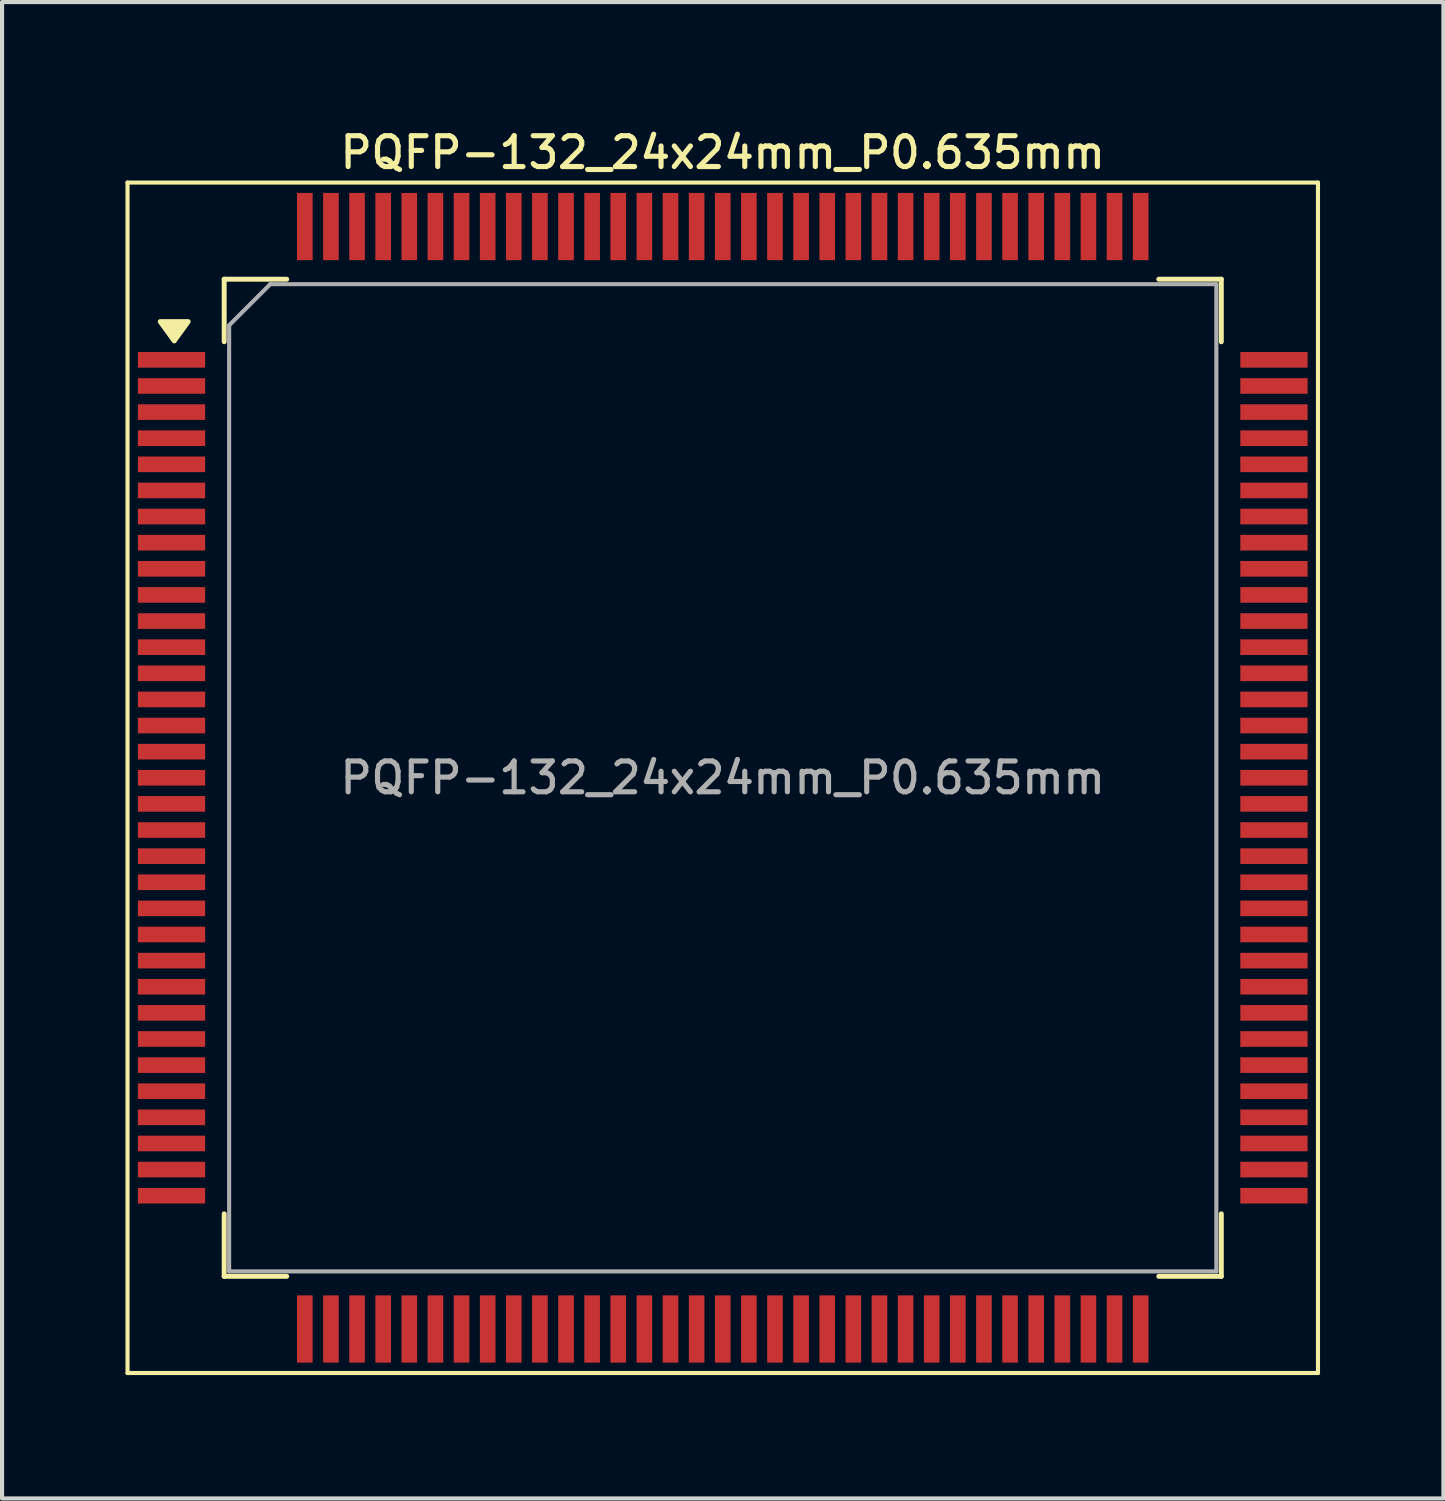
<source format=kicad_pcb>
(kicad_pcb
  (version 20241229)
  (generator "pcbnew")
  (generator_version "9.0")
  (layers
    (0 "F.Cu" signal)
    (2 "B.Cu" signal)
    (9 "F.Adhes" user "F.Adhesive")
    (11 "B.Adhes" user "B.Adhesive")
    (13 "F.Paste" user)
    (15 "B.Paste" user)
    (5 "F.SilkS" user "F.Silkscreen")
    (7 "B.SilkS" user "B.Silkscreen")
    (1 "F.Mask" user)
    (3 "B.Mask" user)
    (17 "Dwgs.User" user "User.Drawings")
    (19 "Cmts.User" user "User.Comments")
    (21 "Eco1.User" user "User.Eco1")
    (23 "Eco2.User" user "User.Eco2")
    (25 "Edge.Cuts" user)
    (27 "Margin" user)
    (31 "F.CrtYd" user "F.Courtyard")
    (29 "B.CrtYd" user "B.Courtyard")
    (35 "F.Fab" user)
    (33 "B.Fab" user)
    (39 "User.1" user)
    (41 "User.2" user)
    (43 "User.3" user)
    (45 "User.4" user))
  (footprint "PQFP-132_24x24mm_P0.635mm"
    (layer "F.Cu")
    (at 14.52 15.858)
    (property "Reference" "PQFP-132_24x24mm_P0.635mm" (at 0 -15.2 0) (layer "F.SilkS") (effects (font (size 0.75 0.75) (thickness 0.125))))
    (attr smd)
    (fp_line (start -14.47 -14.47) (end -14.47 14.47) (stroke (width 0.1) (type solid)) (layer "F.SilkS"))
    (fp_line (start -12.12 -12.12) (end -12.12 -10.6) (stroke (width 0.12) (type solid)) (layer "F.SilkS"))
    (fp_line (start -12.12 12.12) (end -12.12 10.6) (stroke (width 0.12) (type solid)) (layer "F.SilkS"))
    (fp_line (start -10.6 -12.12) (end -12.12 -12.12) (stroke (width 0.12) (type solid)) (layer "F.SilkS"))
    (fp_line (start -10.6 12.12) (end -12.12 12.12) (stroke (width 0.12) (type solid)) (layer "F.SilkS"))
    (fp_line (start 10.6 -12.12) (end 12.12 -12.12) (stroke (width 0.12) (type solid)) (layer "F.SilkS"))
    (fp_line (start 10.6 12.12) (end 12.12 12.12) (stroke (width 0.12) (type solid)) (layer "F.SilkS"))
    (fp_line (start 12.12 -12.12) (end 12.12 -10.6) (stroke (width 0.12) (type solid)) (layer "F.SilkS"))
    (fp_line (start 12.12 12.12) (end 12.12 10.6) (stroke (width 0.12) (type solid)) (layer "F.SilkS"))
    (fp_line (start 14.47 -14.47) (end -14.47 -14.47) (stroke (width 0.1) (type solid)) (layer "F.SilkS"))
    (fp_line (start 14.47 -14.47) (end 14.47 14.47) (stroke (width 0.1) (type solid)) (layer "F.SilkS"))
    (fp_line (start 14.47 14.47) (end -14.47 14.47) (stroke (width 0.1) (type solid)) (layer "F.SilkS"))
    (fp_poly (pts (xy -13.335 -10.62) (xy -13.675 -11.09) (xy -12.995 -11.09) (xy -13.335 -10.62)) (stroke (width 0.12) (type solid)) (fill yes) (layer "F.SilkS"))
    (fp_line (start -12 12) (end -12 -11) (stroke (width 0.1) (type solid)) (layer "F.Fab"))
    (fp_line (start -11 -12) (end -12 -11) (stroke (width 0.1) (type solid)) (layer "F.Fab"))
    (fp_line (start -11 -12) (end 12 -12) (stroke (width 0.1) (type solid)) (layer "F.Fab"))
    (fp_line (start 12 -12) (end 12 12) (stroke (width 0.1) (type solid)) (layer "F.Fab"))
    (fp_line (start 12 12) (end -12 12) (stroke (width 0.1) (type solid)) (layer "F.Fab"))
    (fp_text user "${REFERENCE}" (at 0 0 0) (layer "F.Fab") (effects (font (size 0.75 0.75) (thickness 0.125))))
    (pad "1" smd rect (at -13.4 -10.16) (size 1.635 0.38) (layers "F.Cu" "F.Mask" "F.Paste"))
    (pad "2" smd rect (at -13.4 -9.525) (size 1.635 0.38) (layers "F.Cu" "F.Mask" "F.Paste"))
    (pad "3" smd rect (at -13.4 -8.89) (size 1.635 0.38) (layers "F.Cu" "F.Mask" "F.Paste"))
    (pad "4" smd rect (at -13.4 -8.255) (size 1.635 0.38) (layers "F.Cu" "F.Mask" "F.Paste"))
    (pad "5" smd rect (at -13.4 -7.62) (size 1.635 0.38) (layers "F.Cu" "F.Mask" "F.Paste"))
    (pad "6" smd rect (at -13.4 -6.985) (size 1.635 0.38) (layers "F.Cu" "F.Mask" "F.Paste"))
    (pad "7" smd rect (at -13.4 -6.35) (size 1.635 0.38) (layers "F.Cu" "F.Mask" "F.Paste"))
    (pad "8" smd rect (at -13.4 -5.715) (size 1.635 0.38) (layers "F.Cu" "F.Mask" "F.Paste"))
    (pad "9" smd rect (at -13.4 -5.08) (size 1.635 0.38) (layers "F.Cu" "F.Mask" "F.Paste"))
    (pad "10" smd rect (at -13.4 -4.445) (size 1.635 0.38) (layers "F.Cu" "F.Mask" "F.Paste"))
    (pad "11" smd rect (at -13.4 -3.81) (size 1.635 0.38) (layers "F.Cu" "F.Mask" "F.Paste"))
    (pad "12" smd rect (at -13.4 -3.175) (size 1.635 0.38) (layers "F.Cu" "F.Mask" "F.Paste"))
    (pad "13" smd rect (at -13.4 -2.54) (size 1.635 0.38) (layers "F.Cu" "F.Mask" "F.Paste"))
    (pad "14" smd rect (at -13.4 -1.905) (size 1.635 0.38) (layers "F.Cu" "F.Mask" "F.Paste"))
    (pad "15" smd rect (at -13.4 -1.27) (size 1.635 0.38) (layers "F.Cu" "F.Mask" "F.Paste"))
    (pad "16" smd rect (at -13.4 -0.635) (size 1.635 0.38) (layers "F.Cu" "F.Mask" "F.Paste"))
    (pad "17" smd rect (at -13.4 0) (size 1.635 0.38) (layers "F.Cu" "F.Mask" "F.Paste"))
    (pad "18" smd rect (at -13.4 0.635) (size 1.635 0.38) (layers "F.Cu" "F.Mask" "F.Paste"))
    (pad "19" smd rect (at -13.4 1.27) (size 1.635 0.38) (layers "F.Cu" "F.Mask" "F.Paste"))
    (pad "20" smd rect (at -13.4 1.905) (size 1.635 0.38) (layers "F.Cu" "F.Mask" "F.Paste"))
    (pad "21" smd rect (at -13.4 2.54) (size 1.635 0.38) (layers "F.Cu" "F.Mask" "F.Paste"))
    (pad "22" smd rect (at -13.4 3.175) (size 1.635 0.38) (layers "F.Cu" "F.Mask" "F.Paste"))
    (pad "23" smd rect (at -13.4 3.81) (size 1.635 0.38) (layers "F.Cu" "F.Mask" "F.Paste"))
    (pad "24" smd rect (at -13.4 4.445) (size 1.635 0.38) (layers "F.Cu" "F.Mask" "F.Paste"))
    (pad "25" smd rect (at -13.4 5.08) (size 1.635 0.38) (layers "F.Cu" "F.Mask" "F.Paste"))
    (pad "26" smd rect (at -13.4 5.715) (size 1.635 0.38) (layers "F.Cu" "F.Mask" "F.Paste"))
    (pad "27" smd rect (at -13.4 6.35) (size 1.635 0.38) (layers "F.Cu" "F.Mask" "F.Paste"))
    (pad "28" smd rect (at -13.4 6.985) (size 1.635 0.38) (layers "F.Cu" "F.Mask" "F.Paste"))
    (pad "29" smd rect (at -13.4 7.62) (size 1.635 0.38) (layers "F.Cu" "F.Mask" "F.Paste"))
    (pad "30" smd rect (at -13.4 8.255) (size 1.635 0.38) (layers "F.Cu" "F.Mask" "F.Paste"))
    (pad "31" smd rect (at -13.4 8.89) (size 1.635 0.38) (layers "F.Cu" "F.Mask" "F.Paste"))
    (pad "32" smd rect (at -13.4 9.525) (size 1.635 0.38) (layers "F.Cu" "F.Mask" "F.Paste"))
    (pad "33" smd rect (at -13.4 10.16) (size 1.635 0.38) (layers "F.Cu" "F.Mask" "F.Paste"))
    (pad "34" smd rect (at -10.16 13.4) (size 0.38 1.635) (layers "F.Cu" "F.Mask" "F.Paste"))
    (pad "35" smd rect (at -9.525 13.4) (size 0.38 1.635) (layers "F.Cu" "F.Mask" "F.Paste"))
    (pad "36" smd rect (at -8.89 13.4) (size 0.38 1.635) (layers "F.Cu" "F.Mask" "F.Paste"))
    (pad "37" smd rect (at -8.255 13.4) (size 0.38 1.635) (layers "F.Cu" "F.Mask" "F.Paste"))
    (pad "38" smd rect (at -7.62 13.4) (size 0.38 1.635) (layers "F.Cu" "F.Mask" "F.Paste"))
    (pad "39" smd rect (at -6.985 13.4) (size 0.38 1.635) (layers "F.Cu" "F.Mask" "F.Paste"))
    (pad "40" smd rect (at -6.35 13.4) (size 0.38 1.635) (layers "F.Cu" "F.Mask" "F.Paste"))
    (pad "41" smd rect (at -5.715 13.4) (size 0.38 1.635) (layers "F.Cu" "F.Mask" "F.Paste"))
    (pad "42" smd rect (at -5.08 13.4) (size 0.38 1.635) (layers "F.Cu" "F.Mask" "F.Paste"))
    (pad "43" smd rect (at -4.445 13.4) (size 0.38 1.635) (layers "F.Cu" "F.Mask" "F.Paste"))
    (pad "44" smd rect (at -3.81 13.4) (size 0.38 1.635) (layers "F.Cu" "F.Mask" "F.Paste"))
    (pad "45" smd rect (at -3.175 13.4) (size 0.38 1.635) (layers "F.Cu" "F.Mask" "F.Paste"))
    (pad "46" smd rect (at -2.54 13.4) (size 0.38 1.635) (layers "F.Cu" "F.Mask" "F.Paste"))
    (pad "47" smd rect (at -1.905 13.4) (size 0.38 1.635) (layers "F.Cu" "F.Mask" "F.Paste"))
    (pad "48" smd rect (at -1.27 13.4) (size 0.38 1.635) (layers "F.Cu" "F.Mask" "F.Paste"))
    (pad "49" smd rect (at -0.635 13.4) (size 0.38 1.635) (layers "F.Cu" "F.Mask" "F.Paste"))
    (pad "50" smd rect (at 0 13.4) (size 0.38 1.635) (layers "F.Cu" "F.Mask" "F.Paste"))
    (pad "51" smd rect (at 0.635 13.4) (size 0.38 1.635) (layers "F.Cu" "F.Mask" "F.Paste"))
    (pad "52" smd rect (at 1.27 13.4) (size 0.38 1.635) (layers "F.Cu" "F.Mask" "F.Paste"))
    (pad "53" smd rect (at 1.905 13.4) (size 0.38 1.635) (layers "F.Cu" "F.Mask" "F.Paste"))
    (pad "54" smd rect (at 2.54 13.4) (size 0.38 1.635) (layers "F.Cu" "F.Mask" "F.Paste"))
    (pad "55" smd rect (at 3.175 13.4) (size 0.38 1.635) (layers "F.Cu" "F.Mask" "F.Paste"))
    (pad "56" smd rect (at 3.81 13.4) (size 0.38 1.635) (layers "F.Cu" "F.Mask" "F.Paste"))
    (pad "57" smd rect (at 4.445 13.4) (size 0.38 1.635) (layers "F.Cu" "F.Mask" "F.Paste"))
    (pad "58" smd rect (at 5.08 13.4) (size 0.38 1.635) (layers "F.Cu" "F.Mask" "F.Paste"))
    (pad "59" smd rect (at 5.715 13.4) (size 0.38 1.635) (layers "F.Cu" "F.Mask" "F.Paste"))
    (pad "60" smd rect (at 6.35 13.4) (size 0.38 1.635) (layers "F.Cu" "F.Mask" "F.Paste"))
    (pad "61" smd rect (at 6.985 13.4) (size 0.38 1.635) (layers "F.Cu" "F.Mask" "F.Paste"))
    (pad "62" smd rect (at 7.62 13.4) (size 0.38 1.635) (layers "F.Cu" "F.Mask" "F.Paste"))
    (pad "63" smd rect (at 8.255 13.4) (size 0.38 1.635) (layers "F.Cu" "F.Mask" "F.Paste"))
    (pad "64" smd rect (at 8.89 13.4) (size 0.38 1.635) (layers "F.Cu" "F.Mask" "F.Paste"))
    (pad "65" smd rect (at 9.525 13.4) (size 0.38 1.635) (layers "F.Cu" "F.Mask" "F.Paste"))
    (pad "66" smd rect (at 10.16 13.4) (size 0.38 1.635) (layers "F.Cu" "F.Mask" "F.Paste"))
    (pad "67" smd rect (at 13.4 10.16) (size 1.635 0.38) (layers "F.Cu" "F.Mask" "F.Paste"))
    (pad "68" smd rect (at 13.4 9.525) (size 1.635 0.38) (layers "F.Cu" "F.Mask" "F.Paste"))
    (pad "69" smd rect (at 13.4 8.89) (size 1.635 0.38) (layers "F.Cu" "F.Mask" "F.Paste"))
    (pad "70" smd rect (at 13.4 8.255) (size 1.635 0.38) (layers "F.Cu" "F.Mask" "F.Paste"))
    (pad "71" smd rect (at 13.4 7.62) (size 1.635 0.38) (layers "F.Cu" "F.Mask" "F.Paste"))
    (pad "72" smd rect (at 13.4 6.985) (size 1.635 0.38) (layers "F.Cu" "F.Mask" "F.Paste"))
    (pad "73" smd rect (at 13.4 6.35) (size 1.635 0.38) (layers "F.Cu" "F.Mask" "F.Paste"))
    (pad "74" smd rect (at 13.4 5.715) (size 1.635 0.38) (layers "F.Cu" "F.Mask" "F.Paste"))
    (pad "75" smd rect (at 13.4 5.08) (size 1.635 0.38) (layers "F.Cu" "F.Mask" "F.Paste"))
    (pad "76" smd rect (at 13.4 4.445) (size 1.635 0.38) (layers "F.Cu" "F.Mask" "F.Paste"))
    (pad "77" smd rect (at 13.4 3.81) (size 1.635 0.38) (layers "F.Cu" "F.Mask" "F.Paste"))
    (pad "78" smd rect (at 13.4 3.175) (size 1.635 0.38) (layers "F.Cu" "F.Mask" "F.Paste"))
    (pad "79" smd rect (at 13.4 2.54) (size 1.635 0.38) (layers "F.Cu" "F.Mask" "F.Paste"))
    (pad "80" smd rect (at 13.4 1.905) (size 1.635 0.38) (layers "F.Cu" "F.Mask" "F.Paste"))
    (pad "81" smd rect (at 13.4 1.27) (size 1.635 0.38) (layers "F.Cu" "F.Mask" "F.Paste"))
    (pad "82" smd rect (at 13.4 0.635) (size 1.635 0.38) (layers "F.Cu" "F.Mask" "F.Paste"))
    (pad "83" smd rect (at 13.4 0) (size 1.635 0.38) (layers "F.Cu" "F.Mask" "F.Paste"))
    (pad "84" smd rect (at 13.4 -0.635) (size 1.635 0.38) (layers "F.Cu" "F.Mask" "F.Paste"))
    (pad "85" smd rect (at 13.4 -1.27) (size 1.635 0.38) (layers "F.Cu" "F.Mask" "F.Paste"))
    (pad "86" smd rect (at 13.4 -1.905) (size 1.635 0.38) (layers "F.Cu" "F.Mask" "F.Paste"))
    (pad "87" smd rect (at 13.4 -2.54) (size 1.635 0.38) (layers "F.Cu" "F.Mask" "F.Paste"))
    (pad "88" smd rect (at 13.4 -3.175) (size 1.635 0.38) (layers "F.Cu" "F.Mask" "F.Paste"))
    (pad "89" smd rect (at 13.4 -3.81) (size 1.635 0.38) (layers "F.Cu" "F.Mask" "F.Paste"))
    (pad "90" smd rect (at 13.4 -4.445) (size 1.635 0.38) (layers "F.Cu" "F.Mask" "F.Paste"))
    (pad "91" smd rect (at 13.4 -5.08) (size 1.635 0.38) (layers "F.Cu" "F.Mask" "F.Paste"))
    (pad "92" smd rect (at 13.4 -5.715) (size 1.635 0.38) (layers "F.Cu" "F.Mask" "F.Paste"))
    (pad "93" smd rect (at 13.4 -6.35) (size 1.635 0.38) (layers "F.Cu" "F.Mask" "F.Paste"))
    (pad "94" smd rect (at 13.4 -6.985) (size 1.635 0.38) (layers "F.Cu" "F.Mask" "F.Paste"))
    (pad "95" smd rect (at 13.4 -7.62) (size 1.635 0.38) (layers "F.Cu" "F.Mask" "F.Paste"))
    (pad "96" smd rect (at 13.4 -8.255) (size 1.635 0.38) (layers "F.Cu" "F.Mask" "F.Paste"))
    (pad "97" smd rect (at 13.4 -8.89) (size 1.635 0.38) (layers "F.Cu" "F.Mask" "F.Paste"))
    (pad "98" smd rect (at 13.4 -9.525) (size 1.635 0.38) (layers "F.Cu" "F.Mask" "F.Paste"))
    (pad "99" smd rect (at 13.4 -10.16) (size 1.635 0.38) (layers "F.Cu" "F.Mask" "F.Paste"))
    (pad "100" smd rect (at 10.16 -13.4) (size 0.38 1.635) (layers "F.Cu" "F.Mask" "F.Paste"))
    (pad "101" smd rect (at 9.525 -13.4) (size 0.38 1.635) (layers "F.Cu" "F.Mask" "F.Paste"))
    (pad "102" smd rect (at 8.89 -13.4) (size 0.38 1.635) (layers "F.Cu" "F.Mask" "F.Paste"))
    (pad "103" smd rect (at 8.255 -13.4) (size 0.38 1.635) (layers "F.Cu" "F.Mask" "F.Paste"))
    (pad "104" smd rect (at 7.62 -13.4) (size 0.38 1.635) (layers "F.Cu" "F.Mask" "F.Paste"))
    (pad "105" smd rect (at 6.985 -13.4) (size 0.38 1.635) (layers "F.Cu" "F.Mask" "F.Paste"))
    (pad "106" smd rect (at 6.35 -13.4) (size 0.38 1.635) (layers "F.Cu" "F.Mask" "F.Paste"))
    (pad "107" smd rect (at 5.715 -13.4) (size 0.38 1.635) (layers "F.Cu" "F.Mask" "F.Paste"))
    (pad "108" smd rect (at 5.08 -13.4) (size 0.38 1.635) (layers "F.Cu" "F.Mask" "F.Paste"))
    (pad "109" smd rect (at 4.445 -13.4) (size 0.38 1.635) (layers "F.Cu" "F.Mask" "F.Paste"))
    (pad "110" smd rect (at 3.81 -13.4) (size 0.38 1.635) (layers "F.Cu" "F.Mask" "F.Paste"))
    (pad "111" smd rect (at 3.175 -13.4) (size 0.38 1.635) (layers "F.Cu" "F.Mask" "F.Paste"))
    (pad "112" smd rect (at 2.54 -13.4) (size 0.38 1.635) (layers "F.Cu" "F.Mask" "F.Paste"))
    (pad "113" smd rect (at 1.905 -13.4) (size 0.38 1.635) (layers "F.Cu" "F.Mask" "F.Paste"))
    (pad "114" smd rect (at 1.27 -13.4) (size 0.38 1.635) (layers "F.Cu" "F.Mask" "F.Paste"))
    (pad "115" smd rect (at 0.635 -13.4) (size 0.38 1.635) (layers "F.Cu" "F.Mask" "F.Paste"))
    (pad "116" smd rect (at 0 -13.4) (size 0.38 1.635) (layers "F.Cu" "F.Mask" "F.Paste"))
    (pad "117" smd rect (at -0.635 -13.4) (size 0.38 1.635) (layers "F.Cu" "F.Mask" "F.Paste"))
    (pad "118" smd rect (at -1.27 -13.4) (size 0.38 1.635) (layers "F.Cu" "F.Mask" "F.Paste"))
    (pad "119" smd rect (at -1.905 -13.4) (size 0.38 1.635) (layers "F.Cu" "F.Mask" "F.Paste"))
    (pad "120" smd rect (at -2.54 -13.4) (size 0.38 1.635) (layers "F.Cu" "F.Mask" "F.Paste"))
    (pad "121" smd rect (at -3.175 -13.4) (size 0.38 1.635) (layers "F.Cu" "F.Mask" "F.Paste"))
    (pad "122" smd rect (at -3.81 -13.4) (size 0.38 1.635) (layers "F.Cu" "F.Mask" "F.Paste"))
    (pad "123" smd rect (at -4.445 -13.4) (size 0.38 1.635) (layers "F.Cu" "F.Mask" "F.Paste"))
    (pad "124" smd rect (at -5.08 -13.4) (size 0.38 1.635) (layers "F.Cu" "F.Mask" "F.Paste"))
    (pad "125" smd rect (at -5.715 -13.4) (size 0.38 1.635) (layers "F.Cu" "F.Mask" "F.Paste"))
    (pad "126" smd rect (at -6.35 -13.4) (size 0.38 1.635) (layers "F.Cu" "F.Mask" "F.Paste"))
    (pad "127" smd rect (at -6.985 -13.4) (size 0.38 1.635) (layers "F.Cu" "F.Mask" "F.Paste"))
    (pad "128" smd rect (at -7.62 -13.4) (size 0.38 1.635) (layers "F.Cu" "F.Mask" "F.Paste"))
    (pad "129" smd rect (at -8.255 -13.4) (size 0.38 1.635) (layers "F.Cu" "F.Mask" "F.Paste"))
    (pad "130" smd rect (at -8.89 -13.4) (size 0.38 1.635) (layers "F.Cu" "F.Mask" "F.Paste"))
    (pad "131" smd rect (at -9.525 -13.4) (size 0.38 1.635) (layers "F.Cu" "F.Mask" "F.Paste"))
    (pad "132" smd rect (at -10.16 -13.4) (size 0.38 1.635) (layers "F.Cu" "F.Mask" "F.Paste")))
  (gr_rect
    (start -3 -3)
    (end 32.04 33.378)
    (stroke (width 0.1) (type default))
    (fill no)
    (layer "Edge.Cuts")))
</source>
